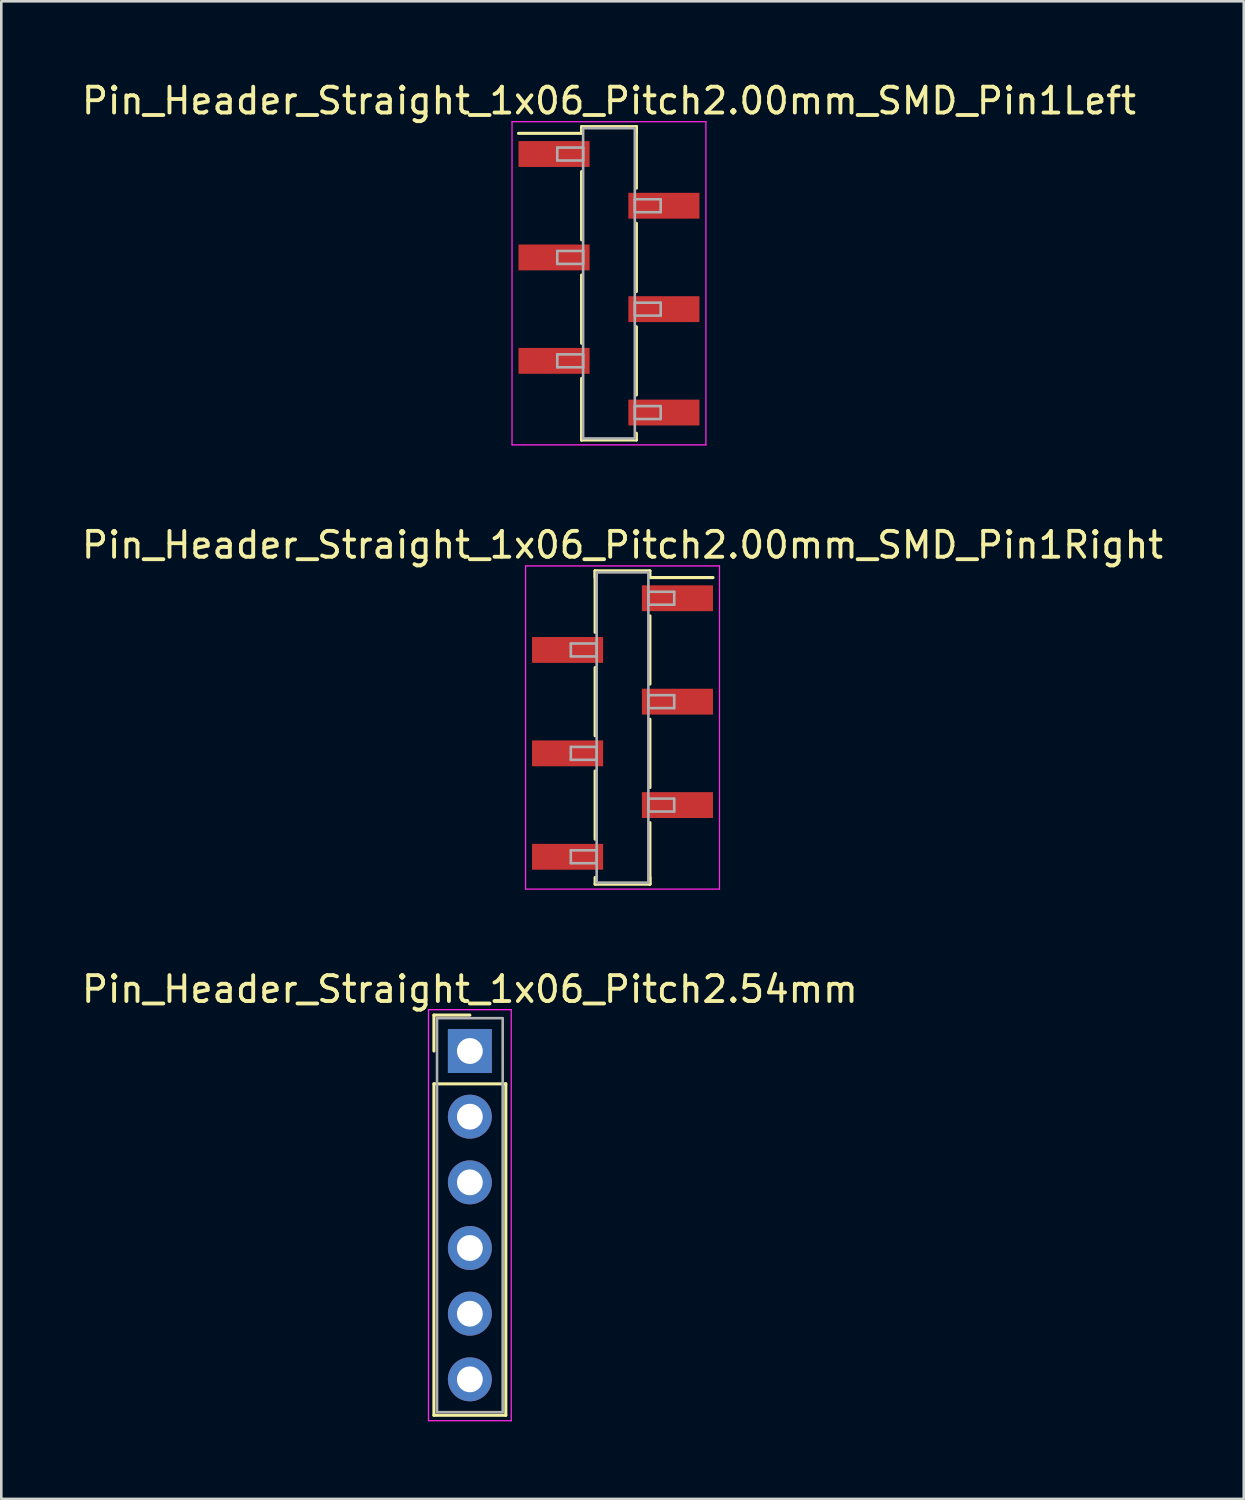
<source format=kicad_pcb>
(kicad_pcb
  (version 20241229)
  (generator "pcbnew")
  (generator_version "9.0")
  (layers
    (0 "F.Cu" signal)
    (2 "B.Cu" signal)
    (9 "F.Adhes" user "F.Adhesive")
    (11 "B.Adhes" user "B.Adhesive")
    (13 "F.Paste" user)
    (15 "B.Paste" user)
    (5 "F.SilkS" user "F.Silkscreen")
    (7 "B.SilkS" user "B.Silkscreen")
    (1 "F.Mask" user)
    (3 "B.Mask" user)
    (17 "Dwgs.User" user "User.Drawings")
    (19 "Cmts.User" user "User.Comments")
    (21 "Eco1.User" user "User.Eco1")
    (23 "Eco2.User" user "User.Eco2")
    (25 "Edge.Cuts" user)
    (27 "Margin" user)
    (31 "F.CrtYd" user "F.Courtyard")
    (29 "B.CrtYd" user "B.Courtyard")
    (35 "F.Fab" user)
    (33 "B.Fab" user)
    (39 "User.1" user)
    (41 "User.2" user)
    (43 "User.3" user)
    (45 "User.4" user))
  (footprint "Pin_Header_Straight_1x06_Pitch2.54mm"
    (layer "F.Cu")
    (at 15.125 37.605)
    (property "Reference" "Pin_Header_Straight_1x06_Pitch2.54mm" (at 0 -2.39 0) (layer "F.SilkS") (effects (font (size 1 1) (thickness 0.15))))
    (attr through_hole)
    (fp_line (start -1.39 -1.39) (end 0 -1.39) (stroke (width 0.12) (type solid)) (layer "F.SilkS"))
    (fp_line (start -1.39 0) (end -1.39 -1.39) (stroke (width 0.12) (type solid)) (layer "F.SilkS"))
    (fp_line (start -1.39 1.27) (end -1.39 14.09) (stroke (width 0.12) (type solid)) (layer "F.SilkS"))
    (fp_line (start -1.39 14.09) (end 1.39 14.09) (stroke (width 0.12) (type solid)) (layer "F.SilkS"))
    (fp_line (start 1.39 1.27) (end -1.39 1.27) (stroke (width 0.12) (type solid)) (layer "F.SilkS"))
    (fp_line (start 1.39 14.09) (end 1.39 1.27) (stroke (width 0.12) (type solid)) (layer "F.SilkS"))
    (fp_line (start -1.6 -1.6) (end -1.6 14.3) (stroke (width 0.05) (type solid)) (layer "F.CrtYd"))
    (fp_line (start -1.6 14.3) (end 1.6 14.3) (stroke (width 0.05) (type solid)) (layer "F.CrtYd"))
    (fp_line (start 1.6 -1.6) (end -1.6 -1.6) (stroke (width 0.05) (type solid)) (layer "F.CrtYd"))
    (fp_line (start 1.6 14.3) (end 1.6 -1.6) (stroke (width 0.05) (type solid)) (layer "F.CrtYd"))
    (fp_line (start -1.27 -1.27) (end -1.27 13.97) (stroke (width 0.1) (type solid)) (layer "F.Fab"))
    (fp_line (start -1.27 13.97) (end 1.27 13.97) (stroke (width 0.1) (type solid)) (layer "F.Fab"))
    (fp_line (start 1.27 -1.27) (end -1.27 -1.27) (stroke (width 0.1) (type solid)) (layer "F.Fab"))
    (fp_line (start 1.27 13.97) (end 1.27 -1.27) (stroke (width 0.1) (type solid)) (layer "F.Fab"))
    (pad "1" thru_hole rect (at 0 0) (size 1.7 1.7) (drill 1) (layers "*.Cu" "*.Mask"))
    (pad "2" thru_hole oval (at 0 2.54) (size 1.7 1.7) (drill 1) (layers "*.Cu" "*.Mask"))
    (pad "3" thru_hole oval (at 0 5.08) (size 1.7 1.7) (drill 1) (layers "*.Cu" "*.Mask"))
    (pad "4" thru_hole oval (at 0 7.62) (size 1.7 1.7) (drill 1) (layers "*.Cu" "*.Mask"))
    (pad "5" thru_hole oval (at 0 10.16) (size 1.7 1.7) (drill 1) (layers "*.Cu" "*.Mask"))
    (pad "6" thru_hole oval (at 0 12.7) (size 1.7 1.7) (drill 1) (layers "*.Cu" "*.Mask")))
  (footprint "Pin_Header_Straight_1x06_Pitch2.00mm_SMD_Pin1Right"
    (layer "F.Cu")
    (at 21.03 25.091)
    (property "Reference" "Pin_Header_Straight_1x06_Pitch2.00mm_SMD_Pin1Right" (at 0 -7.06 0) (layer "F.SilkS") (effects (font (size 1 1) (thickness 0.15))))
    (attr smd)
    (fp_line (start -1.06 -6.06) (end -1.06 -3.68) (stroke (width 0.12) (type solid)) (layer "F.SilkS"))
    (fp_line (start -1.06 -6.06) (end 1.06 -6.06) (stroke (width 0.12) (type solid)) (layer "F.SilkS"))
    (fp_line (start -1.06 -5.8) (end -1.06 -6.06) (stroke (width 0.12) (type solid)) (layer "F.SilkS"))
    (fp_line (start -1.06 -2.32) (end -1.06 0.32) (stroke (width 0.12) (type solid)) (layer "F.SilkS"))
    (fp_line (start -1.06 1.68) (end -1.06 4.32) (stroke (width 0.12) (type solid)) (layer "F.SilkS"))
    (fp_line (start -1.06 5.8) (end -1.06 6.06) (stroke (width 0.12) (type solid)) (layer "F.SilkS"))
    (fp_line (start -1.06 6.06) (end 1.06 6.06) (stroke (width 0.12) (type solid)) (layer "F.SilkS"))
    (fp_line (start 1.06 -6.06) (end 1.06 -5.8) (stroke (width 0.12) (type solid)) (layer "F.SilkS"))
    (fp_line (start 1.06 -5.8) (end 3.5 -5.8) (stroke (width 0.12) (type solid)) (layer "F.SilkS"))
    (fp_line (start 1.06 -4.32) (end 1.06 -1.68) (stroke (width 0.12) (type solid)) (layer "F.SilkS"))
    (fp_line (start 1.06 -0.32) (end 1.06 2.32) (stroke (width 0.12) (type solid)) (layer "F.SilkS"))
    (fp_line (start 1.06 3.68) (end 1.06 6.06) (stroke (width 0.12) (type solid)) (layer "F.SilkS"))
    (fp_line (start 1.06 6.06) (end 1.06 5.8) (stroke (width 0.12) (type solid)) (layer "F.SilkS"))
    (fp_line (start -3.75 -6.25) (end -3.75 6.25) (stroke (width 0.05) (type solid)) (layer "F.CrtYd"))
    (fp_line (start -3.75 6.25) (end 3.75 6.25) (stroke (width 0.05) (type solid)) (layer "F.CrtYd"))
    (fp_line (start 3.75 -6.25) (end -3.75 -6.25) (stroke (width 0.05) (type solid)) (layer "F.CrtYd"))
    (fp_line (start 3.75 6.25) (end 3.75 -6.25) (stroke (width 0.05) (type solid)) (layer "F.CrtYd"))
    (fp_line (start -2 -3.25) (end -1 -3.25) (stroke (width 0.1) (type solid)) (layer "F.Fab"))
    (fp_line (start -2 -2.75) (end -2 -3.25) (stroke (width 0.1) (type solid)) (layer "F.Fab"))
    (fp_line (start -2 0.75) (end -1 0.75) (stroke (width 0.1) (type solid)) (layer "F.Fab"))
    (fp_line (start -2 1.25) (end -2 0.75) (stroke (width 0.1) (type solid)) (layer "F.Fab"))
    (fp_line (start -2 4.75) (end -1 4.75) (stroke (width 0.1) (type solid)) (layer "F.Fab"))
    (fp_line (start -2 5.25) (end -2 4.75) (stroke (width 0.1) (type solid)) (layer "F.Fab"))
    (fp_line (start -1 -6) (end -1 6) (stroke (width 0.1) (type solid)) (layer "F.Fab"))
    (fp_line (start -1 -3.25) (end -1 -2.75) (stroke (width 0.1) (type solid)) (layer "F.Fab"))
    (fp_line (start -1 -2.75) (end -2 -2.75) (stroke (width 0.1) (type solid)) (layer "F.Fab"))
    (fp_line (start -1 0.75) (end -1 1.25) (stroke (width 0.1) (type solid)) (layer "F.Fab"))
    (fp_line (start -1 1.25) (end -2 1.25) (stroke (width 0.1) (type solid)) (layer "F.Fab"))
    (fp_line (start -1 4.75) (end -1 5.25) (stroke (width 0.1) (type solid)) (layer "F.Fab"))
    (fp_line (start -1 5.25) (end -2 5.25) (stroke (width 0.1) (type solid)) (layer "F.Fab"))
    (fp_line (start -1 6) (end 1 6) (stroke (width 0.1) (type solid)) (layer "F.Fab"))
    (fp_line (start 1 -6) (end -1 -6) (stroke (width 0.1) (type solid)) (layer "F.Fab"))
    (fp_line (start 1 -5.25) (end 1 -4.75) (stroke (width 0.1) (type solid)) (layer "F.Fab"))
    (fp_line (start 1 -4.75) (end 2 -4.75) (stroke (width 0.1) (type solid)) (layer "F.Fab"))
    (fp_line (start 1 -1.25) (end 1 -0.75) (stroke (width 0.1) (type solid)) (layer "F.Fab"))
    (fp_line (start 1 -0.75) (end 2 -0.75) (stroke (width 0.1) (type solid)) (layer "F.Fab"))
    (fp_line (start 1 2.75) (end 1 3.25) (stroke (width 0.1) (type solid)) (layer "F.Fab"))
    (fp_line (start 1 3.25) (end 2 3.25) (stroke (width 0.1) (type solid)) (layer "F.Fab"))
    (fp_line (start 1 6) (end 1 -6) (stroke (width 0.1) (type solid)) (layer "F.Fab"))
    (fp_line (start 2 -5.25) (end 1 -5.25) (stroke (width 0.1) (type solid)) (layer "F.Fab"))
    (fp_line (start 2 -4.75) (end 2 -5.25) (stroke (width 0.1) (type solid)) (layer "F.Fab"))
    (fp_line (start 2 -1.25) (end 1 -1.25) (stroke (width 0.1) (type solid)) (layer "F.Fab"))
    (fp_line (start 2 -0.75) (end 2 -1.25) (stroke (width 0.1) (type solid)) (layer "F.Fab"))
    (fp_line (start 2 2.75) (end 1 2.75) (stroke (width 0.1) (type solid)) (layer "F.Fab"))
    (fp_line (start 2 3.25) (end 2 2.75) (stroke (width 0.1) (type solid)) (layer "F.Fab"))
    (pad "1" smd rect (at 2.125 -5) (size 2.75 1) (layers "F.Cu" "F.Mask"))
    (pad "2" smd rect (at -2.125 -3) (size 2.75 1) (layers "F.Cu" "F.Mask"))
    (pad "3" smd rect (at 2.125 -1) (size 2.75 1) (layers "F.Cu" "F.Mask"))
    (pad "4" smd rect (at -2.125 1) (size 2.75 1) (layers "F.Cu" "F.Mask"))
    (pad "5" smd rect (at 2.125 3) (size 2.75 1) (layers "F.Cu" "F.Mask"))
    (pad "6" smd rect (at -2.125 5) (size 2.75 1) (layers "F.Cu" "F.Mask")))
  (footprint "Pin_Header_Straight_1x06_Pitch2.00mm_SMD_Pin1Left"
    (layer "F.Cu")
    (at 20.506 7.908)
    (property "Reference" "Pin_Header_Straight_1x06_Pitch2.00mm_SMD_Pin1Left" (at 0 -7.06 0) (layer "F.SilkS") (effects (font (size 1 1) (thickness 0.15))))
    (attr smd)
    (fp_line (start -1.06 -6.06) (end 1.06 -6.06) (stroke (width 0.12) (type solid)) (layer "F.SilkS"))
    (fp_line (start -1.06 -5.8) (end -3.5 -5.8) (stroke (width 0.12) (type solid)) (layer "F.SilkS"))
    (fp_line (start -1.06 -5.8) (end -1.06 -6.06) (stroke (width 0.12) (type solid)) (layer "F.SilkS"))
    (fp_line (start -1.06 -4.32) (end -1.06 -1.68) (stroke (width 0.12) (type solid)) (layer "F.SilkS"))
    (fp_line (start -1.06 -0.32) (end -1.06 2.32) (stroke (width 0.12) (type solid)) (layer "F.SilkS"))
    (fp_line (start -1.06 3.68) (end -1.06 6.06) (stroke (width 0.12) (type solid)) (layer "F.SilkS"))
    (fp_line (start -1.06 5.8) (end -1.06 6.06) (stroke (width 0.12) (type solid)) (layer "F.SilkS"))
    (fp_line (start -1.06 6.06) (end 1.06 6.06) (stroke (width 0.12) (type solid)) (layer "F.SilkS"))
    (fp_line (start 1.06 -6.06) (end 1.06 -5.8) (stroke (width 0.12) (type solid)) (layer "F.SilkS"))
    (fp_line (start 1.06 -6.06) (end 1.06 -3.68) (stroke (width 0.12) (type solid)) (layer "F.SilkS"))
    (fp_line (start 1.06 -2.32) (end 1.06 0.32) (stroke (width 0.12) (type solid)) (layer "F.SilkS"))
    (fp_line (start 1.06 1.68) (end 1.06 4.32) (stroke (width 0.12) (type solid)) (layer "F.SilkS"))
    (fp_line (start 1.06 6.06) (end 1.06 5.8) (stroke (width 0.12) (type solid)) (layer "F.SilkS"))
    (fp_line (start -3.75 -6.25) (end -3.75 6.25) (stroke (width 0.05) (type solid)) (layer "F.CrtYd"))
    (fp_line (start -3.75 6.25) (end 3.75 6.25) (stroke (width 0.05) (type solid)) (layer "F.CrtYd"))
    (fp_line (start 3.75 -6.25) (end -3.75 -6.25) (stroke (width 0.05) (type solid)) (layer "F.CrtYd"))
    (fp_line (start 3.75 6.25) (end 3.75 -6.25) (stroke (width 0.05) (type solid)) (layer "F.CrtYd"))
    (fp_line (start -2 -5.25) (end -1 -5.25) (stroke (width 0.1) (type solid)) (layer "F.Fab"))
    (fp_line (start -2 -4.75) (end -2 -5.25) (stroke (width 0.1) (type solid)) (layer "F.Fab"))
    (fp_line (start -2 -1.25) (end -1 -1.25) (stroke (width 0.1) (type solid)) (layer "F.Fab"))
    (fp_line (start -2 -0.75) (end -2 -1.25) (stroke (width 0.1) (type solid)) (layer "F.Fab"))
    (fp_line (start -2 2.75) (end -1 2.75) (stroke (width 0.1) (type solid)) (layer "F.Fab"))
    (fp_line (start -2 3.25) (end -2 2.75) (stroke (width 0.1) (type solid)) (layer "F.Fab"))
    (fp_line (start -1 -6) (end -1 6) (stroke (width 0.1) (type solid)) (layer "F.Fab"))
    (fp_line (start -1 -5.25) (end -1 -4.75) (stroke (width 0.1) (type solid)) (layer "F.Fab"))
    (fp_line (start -1 -4.75) (end -2 -4.75) (stroke (width 0.1) (type solid)) (layer "F.Fab"))
    (fp_line (start -1 -1.25) (end -1 -0.75) (stroke (width 0.1) (type solid)) (layer "F.Fab"))
    (fp_line (start -1 -0.75) (end -2 -0.75) (stroke (width 0.1) (type solid)) (layer "F.Fab"))
    (fp_line (start -1 2.75) (end -1 3.25) (stroke (width 0.1) (type solid)) (layer "F.Fab"))
    (fp_line (start -1 3.25) (end -2 3.25) (stroke (width 0.1) (type solid)) (layer "F.Fab"))
    (fp_line (start -1 6) (end 1 6) (stroke (width 0.1) (type solid)) (layer "F.Fab"))
    (fp_line (start 1 -6) (end -1 -6) (stroke (width 0.1) (type solid)) (layer "F.Fab"))
    (fp_line (start 1 -3.25) (end 1 -2.75) (stroke (width 0.1) (type solid)) (layer "F.Fab"))
    (fp_line (start 1 -2.75) (end 2 -2.75) (stroke (width 0.1) (type solid)) (layer "F.Fab"))
    (fp_line (start 1 0.75) (end 1 1.25) (stroke (width 0.1) (type solid)) (layer "F.Fab"))
    (fp_line (start 1 1.25) (end 2 1.25) (stroke (width 0.1) (type solid)) (layer "F.Fab"))
    (fp_line (start 1 4.75) (end 1 5.25) (stroke (width 0.1) (type solid)) (layer "F.Fab"))
    (fp_line (start 1 5.25) (end 2 5.25) (stroke (width 0.1) (type solid)) (layer "F.Fab"))
    (fp_line (start 1 6) (end 1 -6) (stroke (width 0.1) (type solid)) (layer "F.Fab"))
    (fp_line (start 2 -3.25) (end 1 -3.25) (stroke (width 0.1) (type solid)) (layer "F.Fab"))
    (fp_line (start 2 -2.75) (end 2 -3.25) (stroke (width 0.1) (type solid)) (layer "F.Fab"))
    (fp_line (start 2 0.75) (end 1 0.75) (stroke (width 0.1) (type solid)) (layer "F.Fab"))
    (fp_line (start 2 1.25) (end 2 0.75) (stroke (width 0.1) (type solid)) (layer "F.Fab"))
    (fp_line (start 2 4.75) (end 1 4.75) (stroke (width 0.1) (type solid)) (layer "F.Fab"))
    (fp_line (start 2 5.25) (end 2 4.75) (stroke (width 0.1) (type solid)) (layer "F.Fab"))
    (pad "1" smd rect (at -2.125 -5) (size 2.75 1) (layers "F.Cu" "F.Mask"))
    (pad "2" smd rect (at 2.125 -3) (size 2.75 1) (layers "F.Cu" "F.Mask"))
    (pad "3" smd rect (at -2.125 -1) (size 2.75 1) (layers "F.Cu" "F.Mask"))
    (pad "4" smd rect (at 2.125 1) (size 2.75 1) (layers "F.Cu" "F.Mask"))
    (pad "5" smd rect (at -2.125 3) (size 2.75 1) (layers "F.Cu" "F.Mask"))
    (pad "6" smd rect (at 2.125 5) (size 2.75 1) (layers "F.Cu" "F.Mask")))
  (gr_rect
    (start -3 -3)
    (end 45.06 54.93)
    (stroke (width 0.1) (type default))
    (fill no)
    (layer "Edge.Cuts")))
</source>
